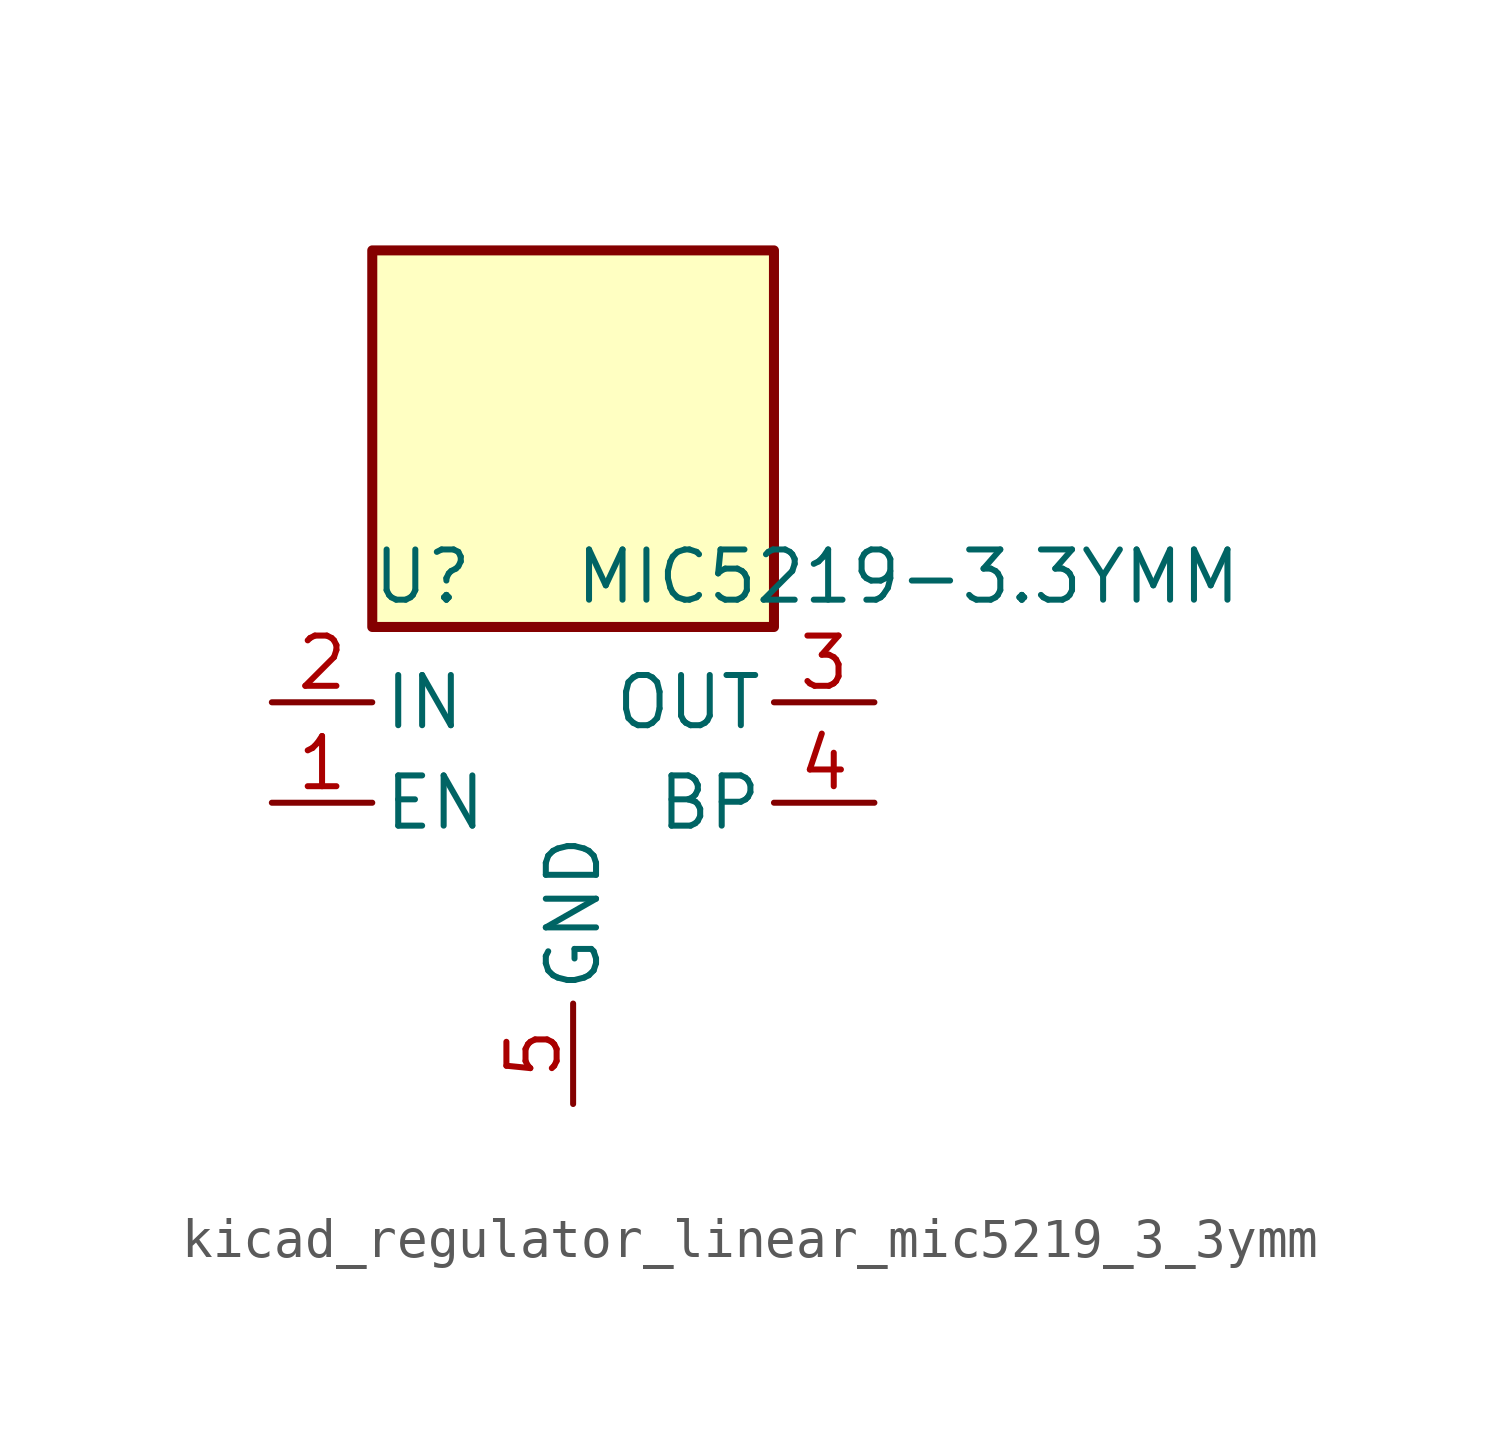
<source format=kicad_sym>
(kicad_symbol_lib
  (version 20220914)
  (generator kicad_symbol_editor)
  (symbol "kicad_regulator_linear_mic5219_3_3ymm"
    (pin_names
      (offset 0.254))
    (property "Reference" "U"
      (at -3.81 5.715 0)
      (effects (font (size 1.27 1.27))))
    (property "Value" "MIC5219-3.3YMM"
      (at 0 5.715 0)
      (effects (font (size 1.27 1.27)) (justify left)))
    (symbol "kicad_regulator_linear_mic5219_3_3ymm_0_1"
      (rectangle (start 5.08 13.97) (end -5.08 4.445) (stroke (width 0.254) (type default)) (fill (type background))))
    (symbol "kicad_regulator_linear_mic5219_3_3ymm_1_1"
      (pin input line (at -7.62 0 0) (length 2.54) (name "EN" (effects (font (size 1.27 1.27)))) (number "1" (effects (font (size 1.27 1.27)))))
      (pin power_in line (at -7.62 2.54 0) (length 2.54) (name "IN" (effects (font (size 1.27 1.27)))) (number "2" (effects (font (size 1.27 1.27)))))
      (pin power_out line (at 7.62 2.54 180) (length 2.54) (name "OUT" (effects (font (size 1.27 1.27)))) (number "3" (effects (font (size 1.27 1.27)))))
      (pin input line (at 7.62 0 180) (length 2.54) (name "BP" (effects (font (size 1.27 1.27)))) (number "4" (effects (font (size 1.27 1.27)))))
      (pin power_in line (at 0 -7.62 90) (length 2.54) (name "GND" (effects (font (size 1.27 1.27)))) (number "5" (effects (font (size 1.27 1.27)))))
      (pin passive line (at 0 -7.62 90) (length 2.54) hide (name "GND" (effects (font (size 1.27 1.27)))) (number "6" (effects (font (size 1.27 1.27)))))
      (pin passive line (at 0 -7.62 90) (length 2.54) hide (name "GND" (effects (font (size 1.27 1.27)))) (number "7" (effects (font (size 1.27 1.27)))))
      (pin passive line (at 0 -7.62 90) (length 2.54) hide (name "GND" (effects (font (size 1.27 1.27)))) (number "8" (effects (font (size 1.27 1.27))))))))
</source>
